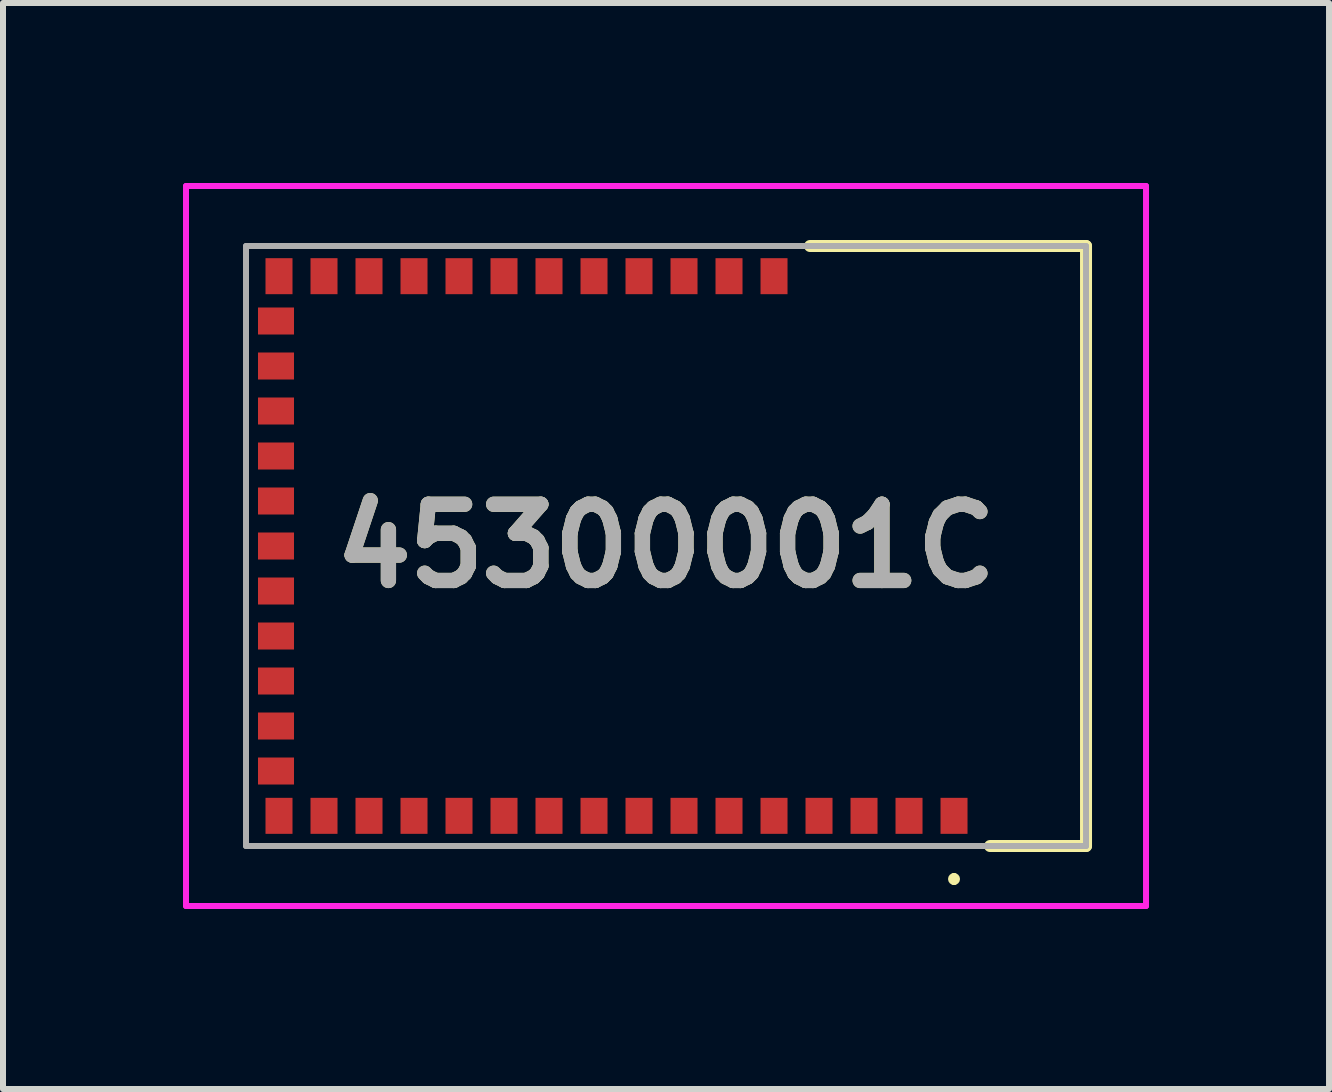
<source format=kicad_pcb>
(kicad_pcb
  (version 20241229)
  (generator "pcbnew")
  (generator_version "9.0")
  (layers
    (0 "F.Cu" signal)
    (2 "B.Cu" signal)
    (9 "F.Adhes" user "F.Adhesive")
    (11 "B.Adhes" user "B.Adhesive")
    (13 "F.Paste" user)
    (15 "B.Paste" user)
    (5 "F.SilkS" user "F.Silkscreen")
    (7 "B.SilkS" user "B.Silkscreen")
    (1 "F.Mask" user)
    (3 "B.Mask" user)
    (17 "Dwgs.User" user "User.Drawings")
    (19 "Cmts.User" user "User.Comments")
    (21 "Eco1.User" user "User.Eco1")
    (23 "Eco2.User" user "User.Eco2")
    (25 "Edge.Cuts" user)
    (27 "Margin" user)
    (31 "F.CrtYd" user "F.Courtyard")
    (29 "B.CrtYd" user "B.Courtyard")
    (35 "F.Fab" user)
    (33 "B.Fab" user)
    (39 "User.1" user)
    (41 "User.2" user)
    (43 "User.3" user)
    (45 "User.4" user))
  (footprint "45300001C"
    (layer "F.Cu")
    (at 8.05 6.05)
    (property "Reference" "45300001C" (at 0 0 0) (layer "F.SilkS") (effects (font (size 1.27 1.27) (thickness 0.254))))
    (attr smd)
    (fp_line (start 2.4 -5) (end 7 -5) (stroke (width 0.2) (type solid)) (layer "F.SilkS"))
    (fp_line (start 4.8 5.5) (end 4.8 5.5) (stroke (width 0.1) (type solid)) (layer "F.SilkS"))
    (fp_line (start 4.8 5.6) (end 4.8 5.6) (stroke (width 0.1) (type solid)) (layer "F.SilkS"))
    (fp_line (start 7 -5) (end 7 5) (stroke (width 0.2) (type solid)) (layer "F.SilkS"))
    (fp_line (start 7 5) (end 5.4 5) (stroke (width 0.2) (type solid)) (layer "F.SilkS"))
    (fp_arc (start 4.8 5.5) (mid 4.85 5.55) (end 4.8 5.6) (stroke (width 0.1) (type solid)) (layer "F.SilkS"))
    (fp_arc (start 4.8 5.6) (mid 4.75 5.55) (end 4.8 5.5) (stroke (width 0.1) (type solid)) (layer "F.SilkS"))
    (fp_line (start -8 -6) (end 8 -6) (stroke (width 0.1) (type solid)) (layer "F.CrtYd"))
    (fp_line (start -8 6) (end -8 -6) (stroke (width 0.1) (type solid)) (layer "F.CrtYd"))
    (fp_line (start 8 -6) (end 8 6) (stroke (width 0.1) (type solid)) (layer "F.CrtYd"))
    (fp_line (start 8 6) (end -8 6) (stroke (width 0.1) (type solid)) (layer "F.CrtYd"))
    (fp_line (start -7 -5) (end 7 -5) (stroke (width 0.1) (type solid)) (layer "F.Fab"))
    (fp_line (start -7 5) (end -7 -5) (stroke (width 0.1) (type solid)) (layer "F.Fab"))
    (fp_line (start 7 -5) (end 7 5) (stroke (width 0.1) (type solid)) (layer "F.Fab"))
    (fp_line (start 7 5) (end -7 5) (stroke (width 0.1) (type solid)) (layer "F.Fab"))
    (fp_text user "${REFERENCE}" (at 0 0 0) (layer "F.Fab") (effects (font (size 1.27 1.27) (thickness 0.254))))
    (pad "1" smd rect (at 4.8 4.497) (size 0.45 0.6) (layers "F.Cu" "F.Mask" "F.Paste"))
    (pad "2" smd rect (at 4.05 4.497) (size 0.45 0.6) (layers "F.Cu" "F.Mask" "F.Paste"))
    (pad "3" smd rect (at 3.3 4.497) (size 0.45 0.6) (layers "F.Cu" "F.Mask" "F.Paste"))
    (pad "4" smd rect (at 2.55 4.497) (size 0.45 0.6) (layers "F.Cu" "F.Mask" "F.Paste"))
    (pad "5" smd rect (at 1.8 4.497) (size 0.45 0.6) (layers "F.Cu" "F.Mask" "F.Paste"))
    (pad "6" smd rect (at 1.05 4.497) (size 0.45 0.6) (layers "F.Cu" "F.Mask" "F.Paste"))
    (pad "7" smd rect (at 0.3 4.497) (size 0.45 0.6) (layers "F.Cu" "F.Mask" "F.Paste"))
    (pad "8" smd rect (at -0.45 4.497) (size 0.45 0.6) (layers "F.Cu" "F.Mask" "F.Paste"))
    (pad "9" smd rect (at -1.2 4.497) (size 0.45 0.6) (layers "F.Cu" "F.Mask" "F.Paste"))
    (pad "10" smd rect (at -1.95 4.497) (size 0.45 0.6) (layers "F.Cu" "F.Mask" "F.Paste"))
    (pad "11" smd rect (at -2.7 4.497) (size 0.45 0.6) (layers "F.Cu" "F.Mask" "F.Paste"))
    (pad "12" smd rect (at -3.45 4.497) (size 0.45 0.6) (layers "F.Cu" "F.Mask" "F.Paste"))
    (pad "13" smd rect (at -4.2 4.497) (size 0.45 0.6) (layers "F.Cu" "F.Mask" "F.Paste"))
    (pad "14" smd rect (at -4.95 4.497) (size 0.45 0.6) (layers "F.Cu" "F.Mask" "F.Paste"))
    (pad "15" smd rect (at -5.7 4.497) (size 0.45 0.6) (layers "F.Cu" "F.Mask" "F.Paste"))
    (pad "16" smd rect (at -6.45 4.497) (size 0.45 0.6) (layers "F.Cu" "F.Mask" "F.Paste"))
    (pad "17" smd rect (at -6.5 3.75 90) (size 0.45 0.6) (layers "F.Cu" "F.Mask" "F.Paste"))
    (pad "18" smd rect (at -6.5 3 90) (size 0.45 0.6) (layers "F.Cu" "F.Mask" "F.Paste"))
    (pad "19" smd rect (at -6.5 2.25 90) (size 0.45 0.6) (layers "F.Cu" "F.Mask" "F.Paste"))
    (pad "20" smd rect (at -6.5 1.5 90) (size 0.45 0.6) (layers "F.Cu" "F.Mask" "F.Paste"))
    (pad "21" smd rect (at -6.5 0.75 90) (size 0.45 0.6) (layers "F.Cu" "F.Mask" "F.Paste"))
    (pad "22" smd rect (at -6.5 0 90) (size 0.45 0.6) (layers "F.Cu" "F.Mask" "F.Paste"))
    (pad "23" smd rect (at -6.5 -0.75 90) (size 0.45 0.6) (layers "F.Cu" "F.Mask" "F.Paste"))
    (pad "24" smd rect (at -6.5 -1.5 90) (size 0.45 0.6) (layers "F.Cu" "F.Mask" "F.Paste"))
    (pad "25" smd rect (at -6.5 -2.25 90) (size 0.45 0.6) (layers "F.Cu" "F.Mask" "F.Paste"))
    (pad "26" smd rect (at -6.5 -3 90) (size 0.45 0.6) (layers "F.Cu" "F.Mask" "F.Paste"))
    (pad "27" smd rect (at -6.5 -3.75 90) (size 0.45 0.6) (layers "F.Cu" "F.Mask" "F.Paste"))
    (pad "28" smd rect (at -6.45 -4.497) (size 0.45 0.6) (layers "F.Cu" "F.Mask" "F.Paste"))
    (pad "29" smd rect (at -5.7 -4.497) (size 0.45 0.6) (layers "F.Cu" "F.Mask" "F.Paste"))
    (pad "30" smd rect (at -4.95 -4.497) (size 0.45 0.6) (layers "F.Cu" "F.Mask" "F.Paste"))
    (pad "31" smd rect (at -4.2 -4.497) (size 0.45 0.6) (layers "F.Cu" "F.Mask" "F.Paste"))
    (pad "32" smd rect (at -3.45 -4.497) (size 0.45 0.6) (layers "F.Cu" "F.Mask" "F.Paste"))
    (pad "33" smd rect (at -2.7 -4.497) (size 0.45 0.6) (layers "F.Cu" "F.Mask" "F.Paste"))
    (pad "34" smd rect (at -1.95 -4.497) (size 0.45 0.6) (layers "F.Cu" "F.Mask" "F.Paste"))
    (pad "35" smd rect (at -1.2 -4.497) (size 0.45 0.6) (layers "F.Cu" "F.Mask" "F.Paste"))
    (pad "36" smd rect (at -0.45 -4.497) (size 0.45 0.6) (layers "F.Cu" "F.Mask" "F.Paste"))
    (pad "37" smd rect (at 0.3 -4.497) (size 0.45 0.6) (layers "F.Cu" "F.Mask" "F.Paste"))
    (pad "38" smd rect (at 1.05 -4.497) (size 0.45 0.6) (layers "F.Cu" "F.Mask" "F.Paste"))
    (pad "39" smd rect (at 1.8 -4.497) (size 0.45 0.6) (layers "F.Cu" "F.Mask" "F.Paste")))
  (gr_rect
    (start -3 -3)
    (end 19.1 15.1)
    (stroke (width 0.1) (type default))
    (fill no)
    (layer "Edge.Cuts")))
</source>
